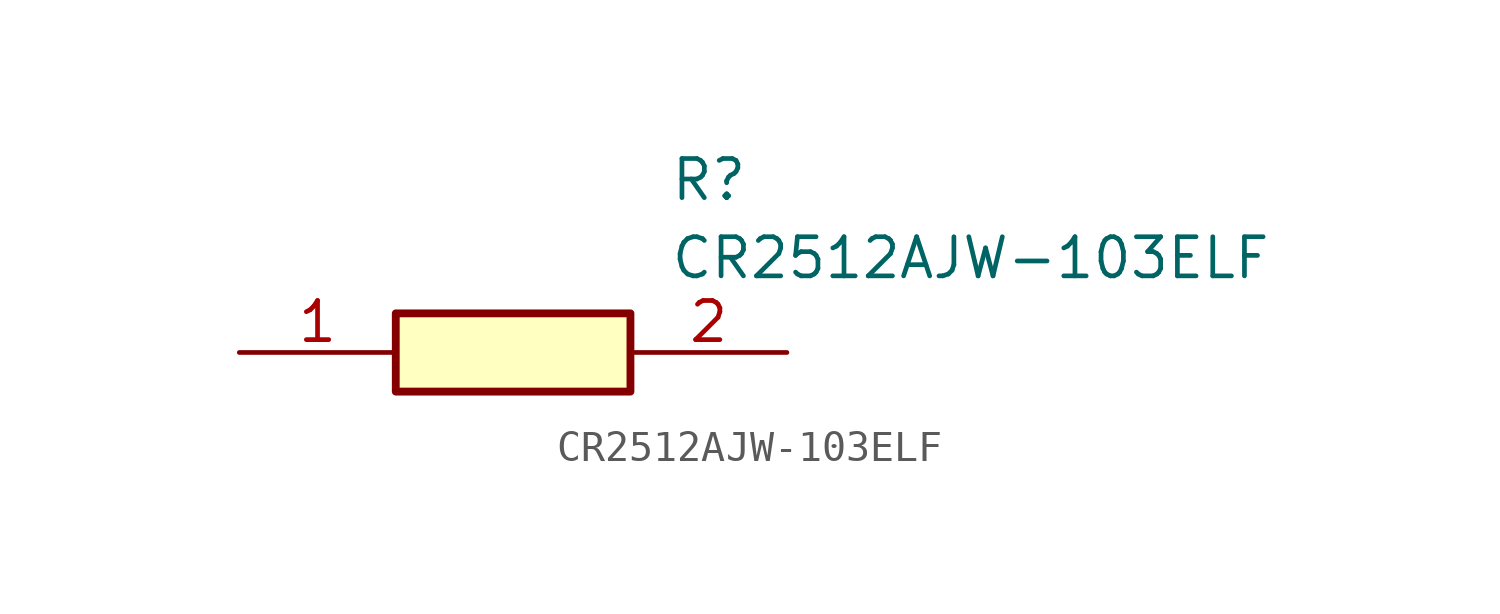
<source format=kicad_sym>
(kicad_symbol_lib
  (version 20211014)
  (generator SamacSys_ECAD_Model)
  (symbol "CR2512AJW-103ELF"
    (pin_names hide)
    (property "Reference" "R"
      (at 13.97 6.35 0)
      (effects (font (size 1.27 1.27)) (justify left top)))
    (property "Value" "CR2512AJW-103ELF"
      (at 13.97 3.81 0)
      (effects (font (size 1.27 1.27)) (justify left top)))
    (rectangle
      (start 5.08 1.27)
      (end 12.7 -1.27)
      (stroke (width 0.254) (type default))
      (fill (type background)))
    (pin passive line
      (at 0 0 0)
      (length 5.08)
      (name "1" (effects (font (size 1.27 1.27))))
      (number "1" (effects (font (size 1.27 1.27)))))
    (pin passive line
      (at 17.78 0 180)
      (length 5.08)
      (name "2" (effects (font (size 1.27 1.27))))
      (number "2" (effects (font (size 1.27 1.27)))))))
</source>
